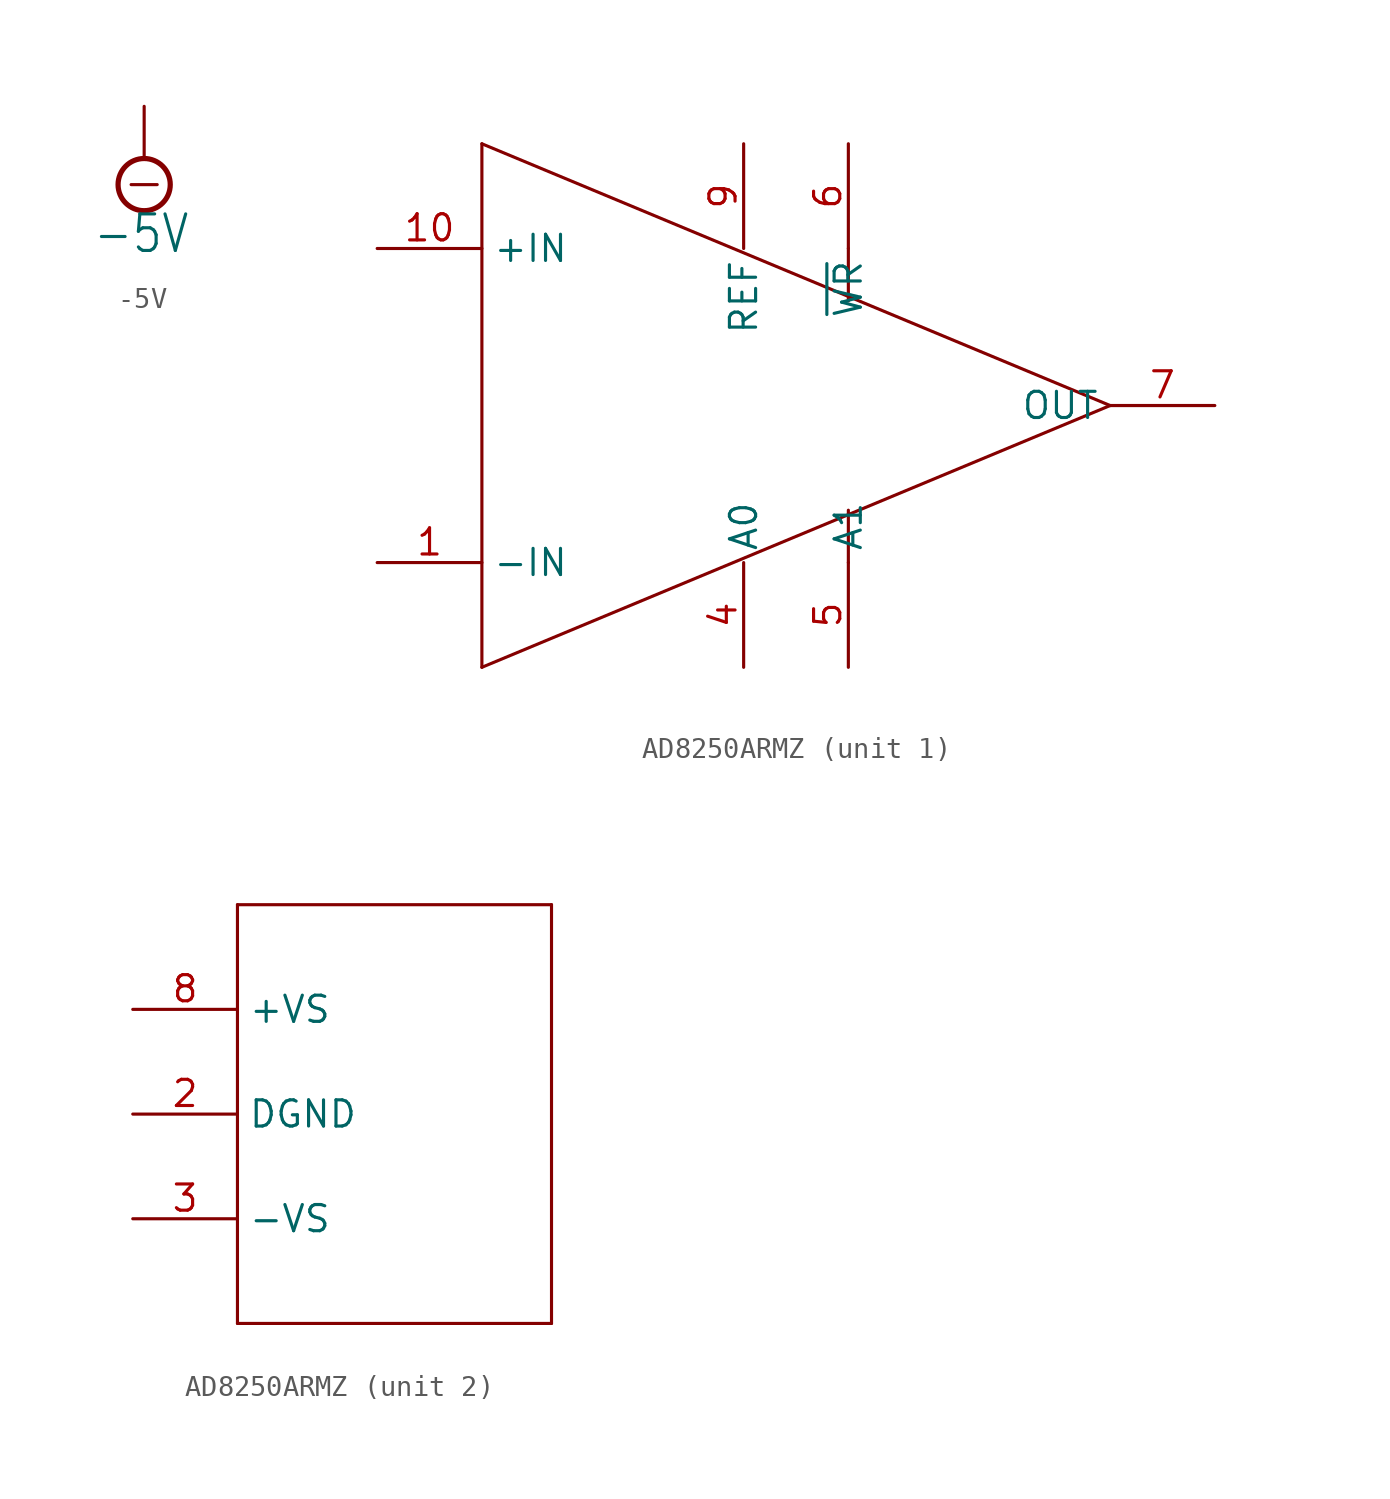
<source format=kicad_sym>
(kicad_symbol_lib
  (version 20220914)
  (generator kicad_symbol_editor)
  (symbol "-5V"
    (power)
    (property "Reference" "#SUPPLY"
      (at 0 0 0)
      (effects (font (size 1.27 1.27)) hide))
    (property "Value" "-5V"
      (at -2.54 -4.699 0)
      (effects (font (size 1.778 1.511)) (justify left bottom)))
    (property "ki_locked" ""
      (at 0 0 0)
      (effects (font (size 1.27 1.27))))
    (symbol "-5V_1_0"
      (circle (center 0 -1.27) (radius 1.27) (stroke (width 0.254) (type solid)) (fill (type none)))
      (polyline (pts (xy -0.635 -1.27) (xy 0.635 -1.27)) (stroke (width 0.152) (type solid)) (fill (type none)))
      (pin power_in line (at 0 2.54 270) (length 2.54) (name "-5V" (effects (font (size 0 0)))) (number "1" (effects (font (size 0 0)))))))
  (symbol "AD8250ARMZ"
    (property "Reference" "U"
      (at -7.62 12.7 0)
      (effects (font (size 1.778 1.511)) (justify left bottom) hide))
    (property "ki_locked" ""
      (at 0 0 0)
      (effects (font (size 1.27 1.27))))
    (symbol "AD8250ARMZ_1_0"
      (polyline (pts (xy -10.16 12.7) (xy -10.16 -12.7)) (stroke (width 0.152) (type solid)) (fill (type none)))
      (polyline (pts (xy -10.16 12.7) (xy 20.32 0)) (stroke (width 0.152) (type solid)) (fill (type none)))
      (polyline (pts (xy 7.62 -7.62) (xy 7.62 -5.08)) (stroke (width 0.152) (type solid)) (fill (type none)))
      (polyline (pts (xy 7.62 7.62) (xy 7.62 5.08)) (stroke (width 0.152) (type solid)) (fill (type none)))
      (polyline (pts (xy 20.32 0) (xy -10.16 -12.7)) (stroke (width 0.152) (type solid)) (fill (type none)))
      (pin passive line (at -15.24 -7.62 0) (length 5.08) (name "-IN" (effects (font (size 1.27 1.27)))) (number "1" (effects (font (size 1.27 1.27)))))
      (pin passive line (at -15.24 7.62 0) (length 5.08) (name "+IN" (effects (font (size 1.27 1.27)))) (number "10" (effects (font (size 1.27 1.27)))))
      (pin passive line (at 2.54 -12.7 90) (length 5.08) (name "A0" (effects (font (size 1.27 1.27)))) (number "4" (effects (font (size 1.27 1.27)))))
      (pin passive line (at 7.62 -12.7 90) (length 5.08) (name "A1" (effects (font (size 1.27 1.27)))) (number "5" (effects (font (size 1.27 1.27)))))
      (pin passive line (at 7.62 12.7 270) (length 5.08) (name "~{WR}" (effects (font (size 1.27 1.27)))) (number "6" (effects (font (size 1.27 1.27)))))
      (pin passive line (at 25.4 0 180) (length 5.08) (name "OUT" (effects (font (size 1.27 1.27)))) (number "7" (effects (font (size 1.27 1.27)))))
      (pin passive line (at 2.54 12.7 270) (length 5.08) (name "REF" (effects (font (size 1.27 1.27)))) (number "9" (effects (font (size 1.27 1.27))))))
    (symbol "AD8250ARMZ_2_0"
      (polyline (pts (xy -7.62 -10.16) (xy 7.62 -10.16)) (stroke (width 0.152) (type solid)) (fill (type none)))
      (polyline (pts (xy -7.62 10.16) (xy -7.62 -10.16)) (stroke (width 0.152) (type solid)) (fill (type none)))
      (polyline (pts (xy 7.62 -10.16) (xy 7.62 10.16)) (stroke (width 0.152) (type solid)) (fill (type none)))
      (polyline (pts (xy 7.62 10.16) (xy -7.62 10.16)) (stroke (width 0.152) (type solid)) (fill (type none)))
      (pin bidirectional line (at -12.7 0 0) (length 5.08) (name "DGND" (effects (font (size 1.27 1.27)))) (number "2" (effects (font (size 1.27 1.27)))))
      (pin bidirectional line (at -12.7 -5.08 0) (length 5.08) (name "-VS" (effects (font (size 1.27 1.27)))) (number "3" (effects (font (size 1.27 1.27)))))
      (pin bidirectional line (at -12.7 5.08 0) (length 5.08) (name "+VS" (effects (font (size 1.27 1.27)))) (number "8" (effects (font (size 1.27 1.27))))))))
</source>
